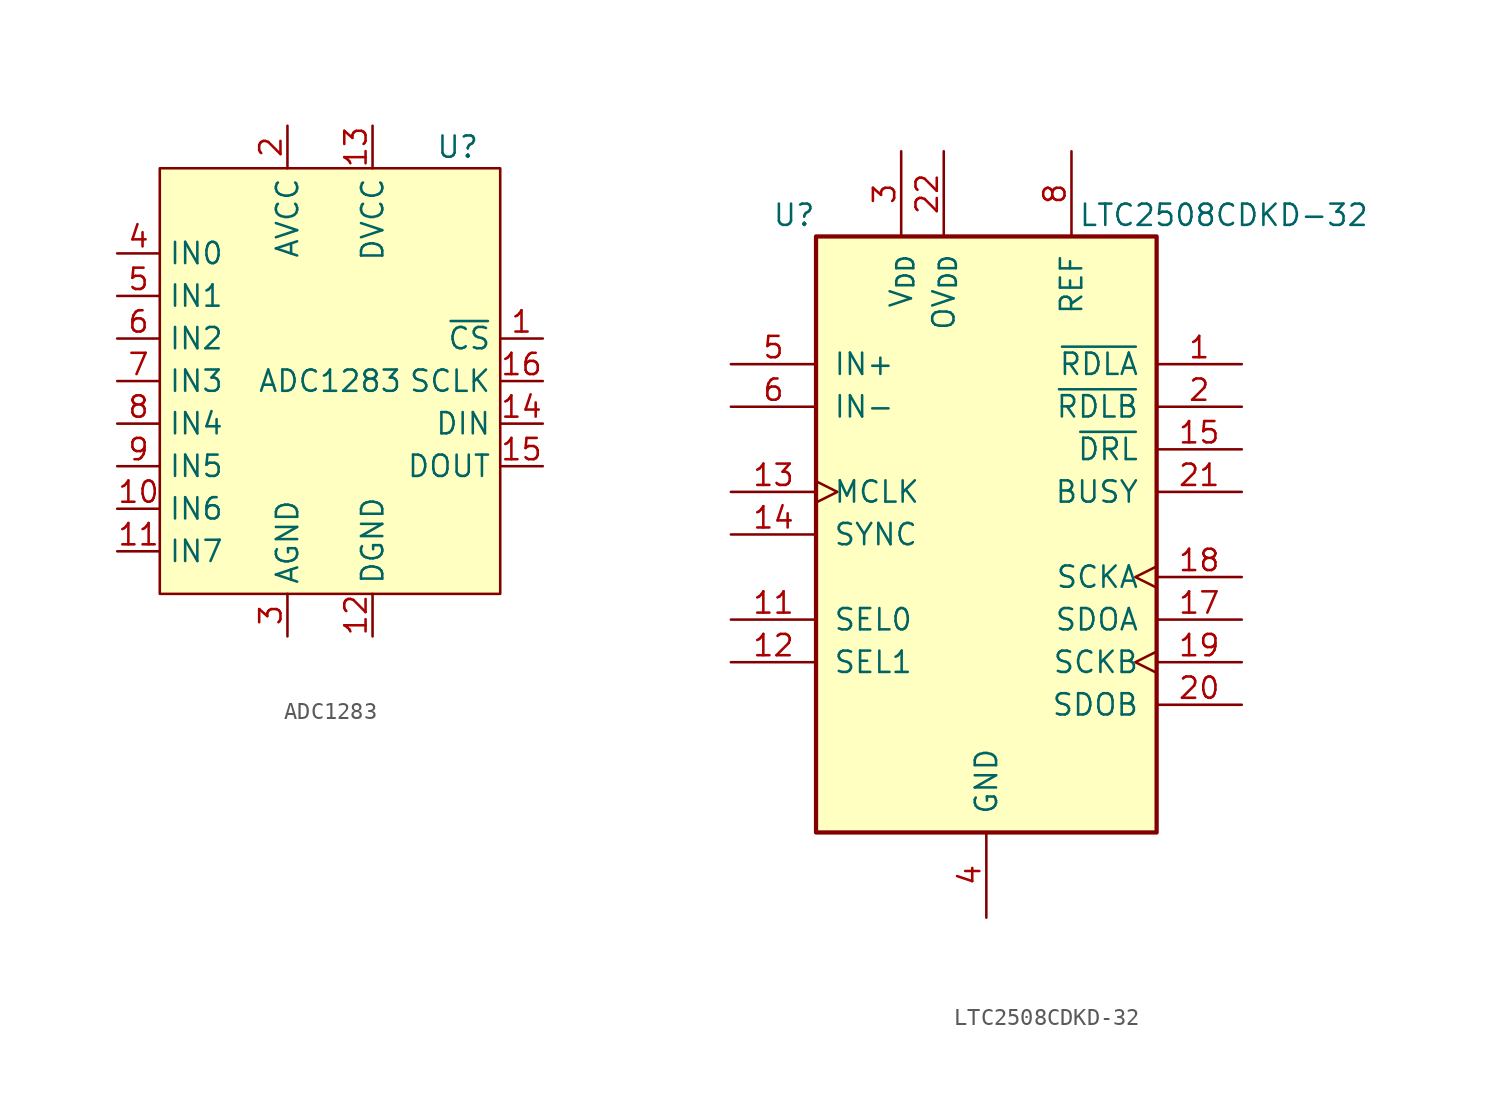
<source format=kicad_sym>
(kicad_symbol_lib
  (version 20231120)
  (generator "kicad_symbol_editor")
  (generator_version "8.0")
  (symbol "ADC1283"
    (property "Reference" "U"
      (at 7.62 13.97 0)
      (effects (font (size 1.27 1.27))))
    (property "Value" "ADC1283"
      (at 0 0 0)
      (effects (font (size 1.27 1.27))))
    (symbol "ADC1283_1_1"
      (polyline (pts (xy -10.16 -12.7) (xy -10.16 12.7) (xy 10.16 12.7) (xy 10.16 -12.7) (xy -10.16 -12.7)) (stroke (width 0) (type default)) (fill (type background)))
      (pin input line (at 12.7 2.54 180) (length 2.54) (name "~{CS}" (effects (font (size 1.27 1.27)))) (number "1" (effects (font (size 1.27 1.27)))))
      (pin input line (at -12.7 -7.62 0) (length 2.54) (name "IN6" (effects (font (size 1.27 1.27)))) (number "10" (effects (font (size 1.27 1.27)))))
      (pin input line (at -12.7 -10.16 0) (length 2.54) (name "IN7" (effects (font (size 1.27 1.27)))) (number "11" (effects (font (size 1.27 1.27)))))
      (pin power_in line (at 2.54 -15.24 90) (length 2.54) (name "DGND" (effects (font (size 1.27 1.27)))) (number "12" (effects (font (size 1.27 1.27)))))
      (pin power_in line (at 2.54 15.24 270) (length 2.54) (name "DVCC" (effects (font (size 1.27 1.27)))) (number "13" (effects (font (size 1.27 1.27)))))
      (pin input line (at 12.7 -2.54 180) (length 2.54) (name "DIN" (effects (font (size 1.27 1.27)))) (number "14" (effects (font (size 1.27 1.27)))))
      (pin output line (at 12.7 -5.08 180) (length 2.54) (name "DOUT" (effects (font (size 1.27 1.27)))) (number "15" (effects (font (size 1.27 1.27)))))
      (pin input line (at 12.7 0 180) (length 2.54) (name "SCLK" (effects (font (size 1.27 1.27)))) (number "16" (effects (font (size 1.27 1.27)))))
      (pin power_in line (at -2.54 15.24 270) (length 2.54) (name "AVCC" (effects (font (size 1.27 1.27)))) (number "2" (effects (font (size 1.27 1.27)))))
      (pin power_in line (at -2.54 -15.24 90) (length 2.54) (name "AGND" (effects (font (size 1.27 1.27)))) (number "3" (effects (font (size 1.27 1.27)))))
      (pin input line (at -12.7 7.62 0) (length 2.54) (name "IN0" (effects (font (size 1.27 1.27)))) (number "4" (effects (font (size 1.27 1.27)))))
      (pin input line (at -12.7 5.08 0) (length 2.54) (name "IN1" (effects (font (size 1.27 1.27)))) (number "5" (effects (font (size 1.27 1.27)))))
      (pin input line (at -12.7 2.54 0) (length 2.54) (name "IN2" (effects (font (size 1.27 1.27)))) (number "6" (effects (font (size 1.27 1.27)))))
      (pin input line (at -12.7 0 0) (length 2.54) (name "IN3" (effects (font (size 1.27 1.27)))) (number "7" (effects (font (size 1.27 1.27)))))
      (pin input line (at -12.7 -2.54 0) (length 2.54) (name "IN4" (effects (font (size 1.27 1.27)))) (number "8" (effects (font (size 1.27 1.27)))))
      (pin input line (at -12.7 -5.08 0) (length 2.54) (name "IN5" (effects (font (size 1.27 1.27)))) (number "9" (effects (font (size 1.27 1.27)))))))
  (symbol "LTC2508CDKD-32"
    (pin_names
      (offset 1.016))
    (property "Reference" "U"
      (at -10.16 19.05 0)
      (effects (font (size 1.27 1.27)) (justify right)))
    (property "Value" "LTC2508CDKD-32"
      (at 22.86 19.05 0)
      (effects (font (size 1.27 1.27)) (justify right)))
    (symbol "LTC2508CDKD-32_0_1"
      (rectangle (start -10.16 17.78) (end 10.16 -17.78) (stroke (width 0.254) (type default)) (fill (type background))))
    (symbol "LTC2508CDKD-32_1_1"
      (pin input line (at 15.24 10.16 180) (length 5.08) (name "~{RDLA}" (effects (font (size 1.27 1.27)))) (number "1" (effects (font (size 1.27 1.27)))))
      (pin passive line (at 5.08 22.86 270) (length 5.08) hide (name "REF" (effects (font (size 1.27 1.27)))) (number "10" (effects (font (size 1.27 1.27)))))
      (pin input line (at -15.24 -5.08 0) (length 5.08) (name "SEL0" (effects (font (size 1.27 1.27)))) (number "11" (effects (font (size 1.27 1.27)))))
      (pin input line (at -15.24 -7.62 0) (length 5.08) (name "SEL1" (effects (font (size 1.27 1.27)))) (number "12" (effects (font (size 1.27 1.27)))))
      (pin input clock (at -15.24 2.54 0) (length 5.08) (name "MCLK" (effects (font (size 1.27 1.27)))) (number "13" (effects (font (size 1.27 1.27)))))
      (pin input line (at -15.24 0 0) (length 5.08) (name "SYNC" (effects (font (size 1.27 1.27)))) (number "14" (effects (font (size 1.27 1.27)))))
      (pin output line (at 15.24 5.08 180) (length 5.08) (name "~{DRL}" (effects (font (size 1.27 1.27)))) (number "15" (effects (font (size 1.27 1.27)))))
      (pin passive line (at 0 -22.86 90) (length 5.08) hide (name "GND" (effects (font (size 1.27 1.27)))) (number "16" (effects (font (size 1.27 1.27)))))
      (pin tri_state line (at 15.24 -5.08 180) (length 5.08) (name "SDOA" (effects (font (size 1.27 1.27)))) (number "17" (effects (font (size 1.27 1.27)))))
      (pin input clock (at 15.24 -2.54 180) (length 5.08) (name "SCKA" (effects (font (size 1.27 1.27)))) (number "18" (effects (font (size 1.27 1.27)))))
      (pin input clock (at 15.24 -7.62 180) (length 5.08) (name "SCKB" (effects (font (size 1.27 1.27)))) (number "19" (effects (font (size 1.27 1.27)))))
      (pin input line (at 15.24 7.62 180) (length 5.08) (name "~{RDLB}" (effects (font (size 1.27 1.27)))) (number "2" (effects (font (size 1.27 1.27)))))
      (pin tri_state line (at 15.24 -10.16 180) (length 5.08) (name "SDOB" (effects (font (size 1.27 1.27)))) (number "20" (effects (font (size 1.27 1.27)))))
      (pin output line (at 15.24 2.54 180) (length 5.08) (name "BUSY" (effects (font (size 1.27 1.27)))) (number "21" (effects (font (size 1.27 1.27)))))
      (pin power_in line (at -2.54 22.86 270) (length 5.08) (name "OV_{DD}" (effects (font (size 1.27 1.27)))) (number "22" (effects (font (size 1.27 1.27)))))
      (pin passive line (at 0 -22.86 90) (length 5.08) hide (name "GND" (effects (font (size 1.27 1.27)))) (number "23" (effects (font (size 1.27 1.27)))))
      (pin passive line (at 0 -22.86 90) (length 5.08) hide (name "GND" (effects (font (size 1.27 1.27)))) (number "24" (effects (font (size 1.27 1.27)))))
      (pin passive line (at 0 -22.86 90) (length 5.08) hide (name "GND" (effects (font (size 1.27 1.27)))) (number "25" (effects (font (size 1.27 1.27)))))
      (pin power_in line (at -5.08 22.86 270) (length 5.08) (name "V_{DD}" (effects (font (size 1.27 1.27)))) (number "3" (effects (font (size 1.27 1.27)))))
      (pin power_in line (at 0 -22.86 90) (length 5.08) (name "GND" (effects (font (size 1.27 1.27)))) (number "4" (effects (font (size 1.27 1.27)))))
      (pin input line (at -15.24 10.16 0) (length 5.08) (name "IN+" (effects (font (size 1.27 1.27)))) (number "5" (effects (font (size 1.27 1.27)))))
      (pin input line (at -15.24 7.62 0) (length 5.08) (name "IN-" (effects (font (size 1.27 1.27)))) (number "6" (effects (font (size 1.27 1.27)))))
      (pin passive line (at 0 -22.86 90) (length 5.08) hide (name "GND" (effects (font (size 1.27 1.27)))) (number "7" (effects (font (size 1.27 1.27)))))
      (pin passive line (at 5.08 22.86 270) (length 5.08) (name "REF" (effects (font (size 1.27 1.27)))) (number "8" (effects (font (size 1.27 1.27)))))
      (pin passive line (at 5.08 22.86 270) (length 5.08) hide (name "REF" (effects (font (size 1.27 1.27)))) (number "9" (effects (font (size 1.27 1.27))))))))
</source>
